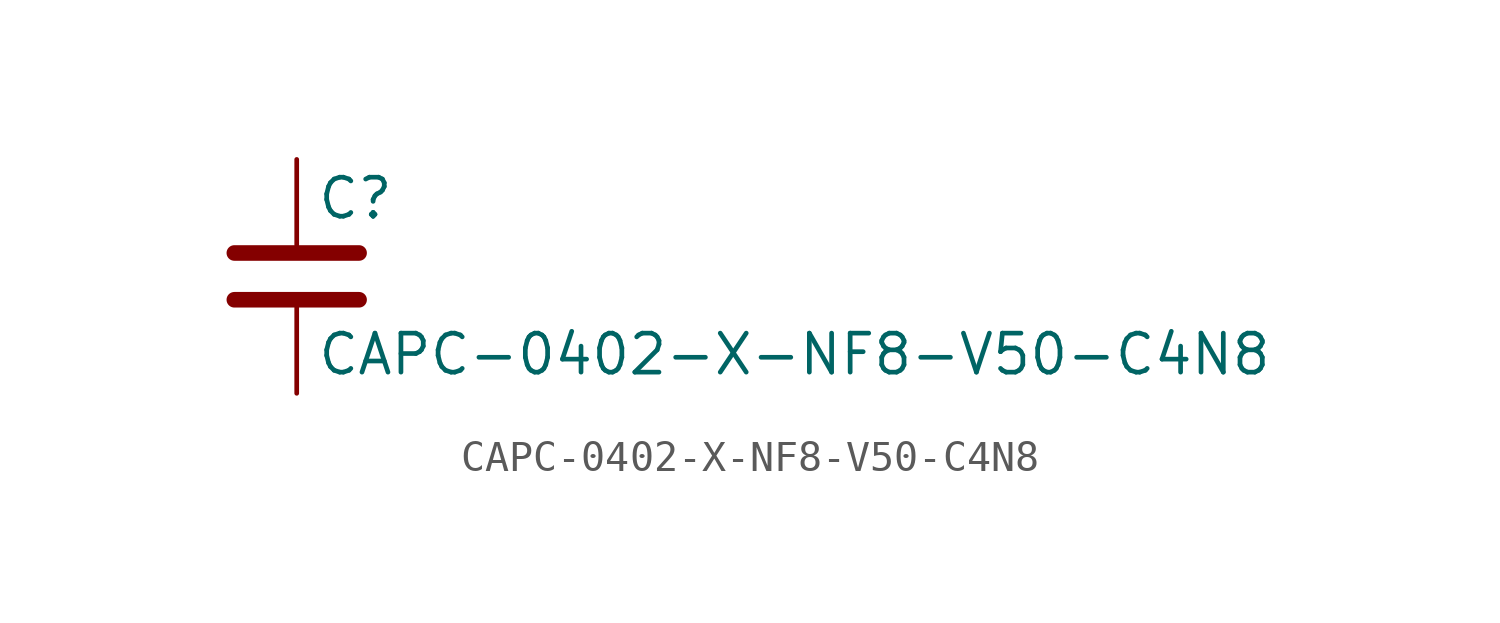
<source format=kicad_sym>
(kicad_symbol_lib
  (version 20211014)
  (generator kicad_symbol_editor)
  (symbol "CAPC-0402-X-NF8-V50-C4N8"
    (pin_numbers hide)
    (pin_names
      (offset 0.254))
    (property "Reference" "C"
      (at 0.635 2.54 0)
      (effects (font (size 1.27 1.27)) (justify left)))
    (property "Value" "CAPC-0402-X-NF8-V50-C4N8"
      (at 0.635 -2.54 0)
      (effects (font (size 1.27 1.27)) (justify left)))
    (symbol "CAPC-0402-X-NF8-V50-C4N8_0_1"
      (polyline (pts (xy -2.032 -0.762) (xy 2.032 -0.762)) (stroke (width 0.508) (type default) (color 0 0 0 0)) (fill (type none)))
      (polyline (pts (xy -2.032 0.762) (xy 2.032 0.762)) (stroke (width 0.508) (type default) (color 0 0 0 0)) (fill (type none))))
    (symbol "CAPC-0402-X-NF8-V50-C4N8_1_1"
      (pin passive line (at 0 3.81 270) (length 2.794) (name "~" (effects (font (size 1.27 1.27)))) (number "1" (effects (font (size 1.27 1.27)))))
      (pin passive line (at 0 -3.81 90) (length 2.794) (name "~" (effects (font (size 1.27 1.27)))) (number "2" (effects (font (size 1.27 1.27))))))))
</source>
